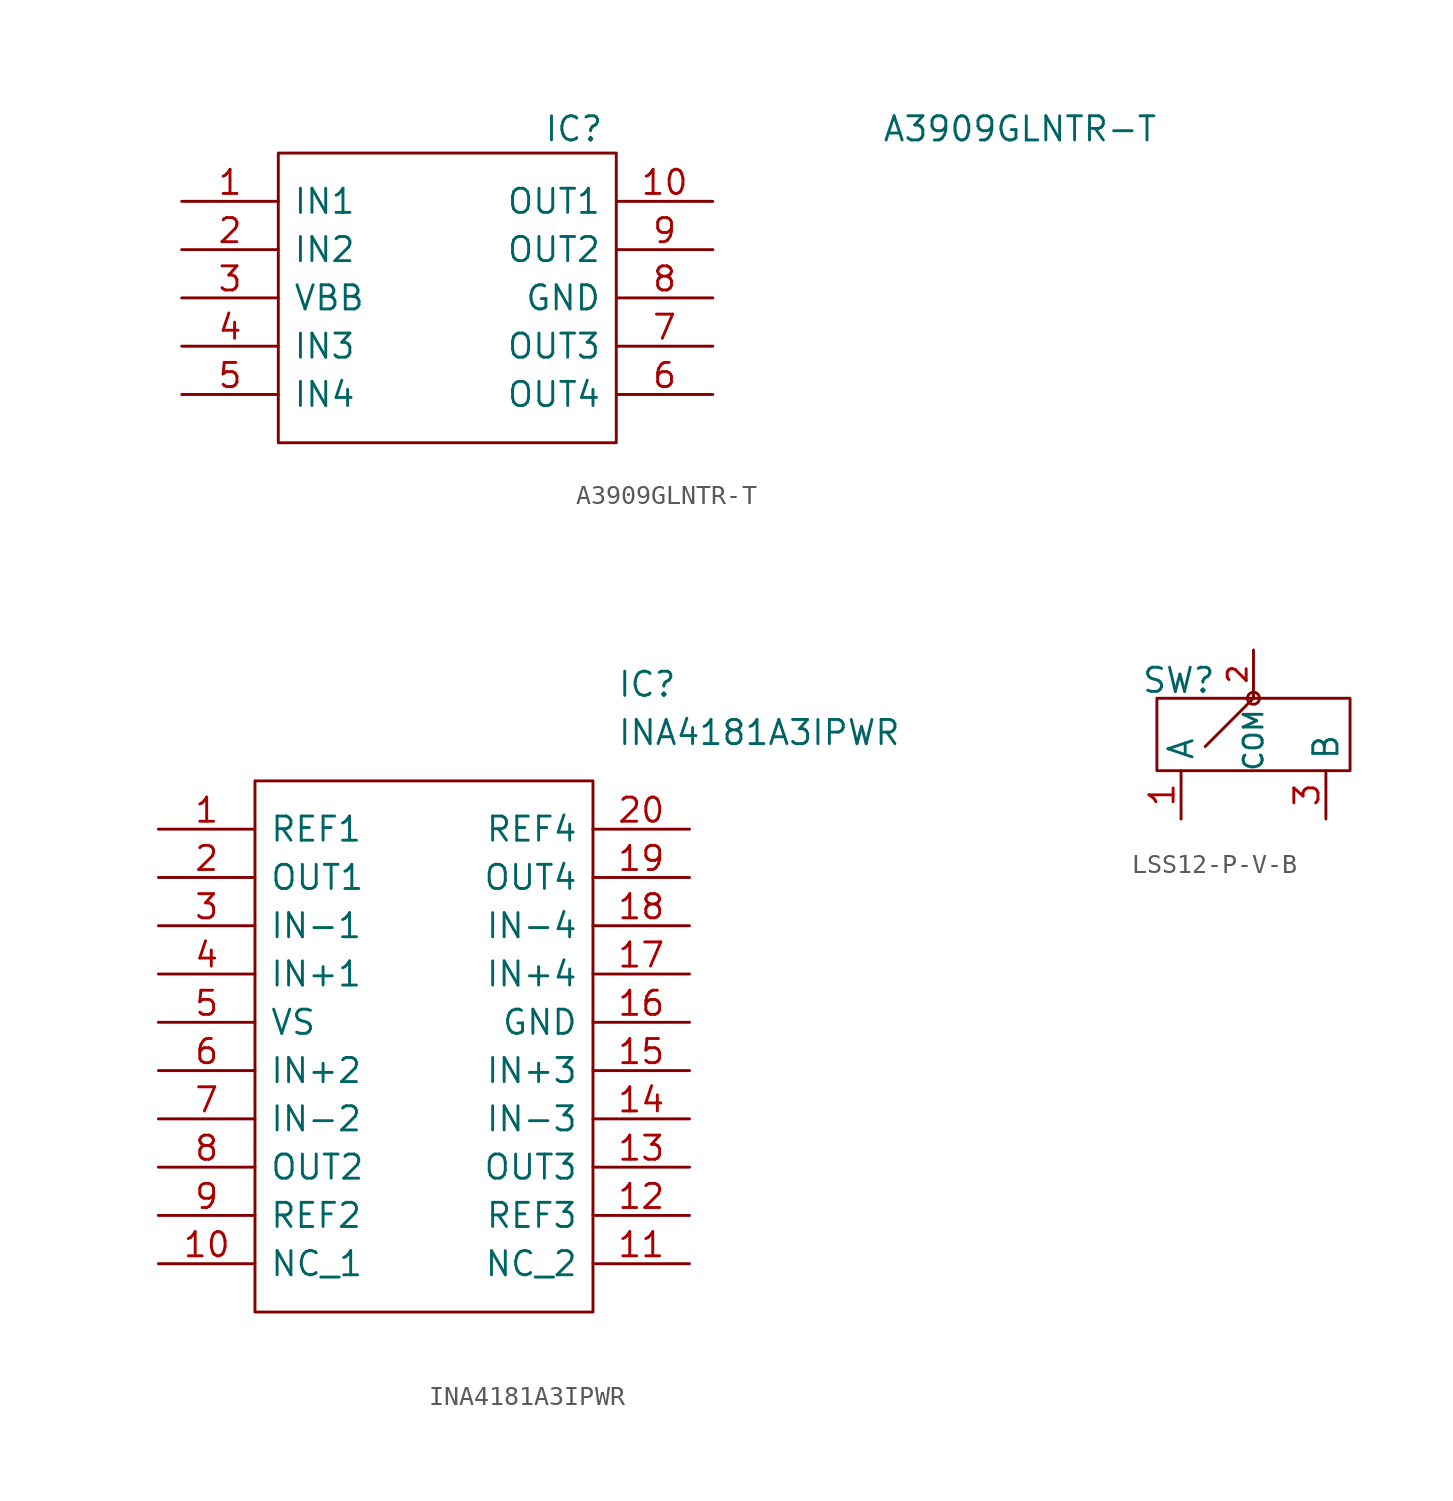
<source format=kicad_sym>
(kicad_symbol_lib
  (version 20220914)
  (generator kicad_symbol_editor)
  (symbol "A3909GLNTR-T"
    (pin_names
      (offset 0.762))
    (property "Reference" "IC"
      (at 19.05 3.81 0)
      (effects (font (size 1.27 1.27)) (justify left)))
    (property "Value" "A3909GLNTR-T"
      (at 36.83 3.81 0)
      (effects (font (size 1.27 1.27)) (justify left)))
    (symbol "A3909GLNTR-T_0_0"
      (pin passive line (at 0 0 0) (length 5.08) (name "IN1" (effects (font (size 1.27 1.27)))) (number "1" (effects (font (size 1.27 1.27)))))
      (pin passive line (at 27.94 0 180) (length 5.08) (name "OUT1" (effects (font (size 1.27 1.27)))) (number "10" (effects (font (size 1.27 1.27)))))
      (pin passive line (at 0 -2.54 0) (length 5.08) (name "IN2" (effects (font (size 1.27 1.27)))) (number "2" (effects (font (size 1.27 1.27)))))
      (pin passive line (at 0 -5.08 0) (length 5.08) (name "VBB" (effects (font (size 1.27 1.27)))) (number "3" (effects (font (size 1.27 1.27)))))
      (pin passive line (at 0 -7.62 0) (length 5.08) (name "IN3" (effects (font (size 1.27 1.27)))) (number "4" (effects (font (size 1.27 1.27)))))
      (pin passive line (at 0 -10.16 0) (length 5.08) (name "IN4" (effects (font (size 1.27 1.27)))) (number "5" (effects (font (size 1.27 1.27)))))
      (pin passive line (at 27.94 -10.16 180) (length 5.08) (name "OUT4" (effects (font (size 1.27 1.27)))) (number "6" (effects (font (size 1.27 1.27)))))
      (pin passive line (at 27.94 -7.62 180) (length 5.08) (name "OUT3" (effects (font (size 1.27 1.27)))) (number "7" (effects (font (size 1.27 1.27)))))
      (pin passive line (at 27.94 -5.08 180) (length 5.08) (name "GND" (effects (font (size 1.27 1.27)))) (number "8" (effects (font (size 1.27 1.27)))))
      (pin passive line (at 27.94 -2.54 180) (length 5.08) (name "OUT2" (effects (font (size 1.27 1.27)))) (number "9" (effects (font (size 1.27 1.27))))))
    (symbol "A3909GLNTR-T_0_1"
      (polyline (pts (xy 5.08 2.54) (xy 22.86 2.54) (xy 22.86 -12.7) (xy 5.08 -12.7) (xy 5.08 2.54)) (stroke (width 0.152) (type solid)) (fill (type none)))))
  (symbol "INA4181A3IPWR"
    (pin_names
      (offset 0.762))
    (property "Reference" "IC"
      (at 24.13 7.62 0)
      (effects (font (size 1.27 1.27)) (justify left)))
    (property "Value" "INA4181A3IPWR"
      (at 24.13 5.08 0)
      (effects (font (size 1.27 1.27)) (justify left)))
    (symbol "INA4181A3IPWR_0_0"
      (pin input line (at 0 0 0) (length 5.08) (name "REF1" (effects (font (size 1.27 1.27)))) (number "1" (effects (font (size 1.27 1.27)))))
      (pin passive line (at 0 -22.86 0) (length 5.08) (name "NC_1" (effects (font (size 1.27 1.27)))) (number "10" (effects (font (size 1.27 1.27)))))
      (pin passive line (at 27.94 -22.86 180) (length 5.08) (name "NC_2" (effects (font (size 1.27 1.27)))) (number "11" (effects (font (size 1.27 1.27)))))
      (pin input line (at 27.94 -20.32 180) (length 5.08) (name "REF3" (effects (font (size 1.27 1.27)))) (number "12" (effects (font (size 1.27 1.27)))))
      (pin output line (at 27.94 -17.78 180) (length 5.08) (name "OUT3" (effects (font (size 1.27 1.27)))) (number "13" (effects (font (size 1.27 1.27)))))
      (pin input line (at 27.94 -15.24 180) (length 5.08) (name "IN-3" (effects (font (size 1.27 1.27)))) (number "14" (effects (font (size 1.27 1.27)))))
      (pin input line (at 27.94 -12.7 180) (length 5.08) (name "IN+3" (effects (font (size 1.27 1.27)))) (number "15" (effects (font (size 1.27 1.27)))))
      (pin power_in line (at 27.94 -10.16 180) (length 5.08) (name "GND" (effects (font (size 1.27 1.27)))) (number "16" (effects (font (size 1.27 1.27)))))
      (pin input line (at 27.94 -7.62 180) (length 5.08) (name "IN+4" (effects (font (size 1.27 1.27)))) (number "17" (effects (font (size 1.27 1.27)))))
      (pin input line (at 27.94 -5.08 180) (length 5.08) (name "IN-4" (effects (font (size 1.27 1.27)))) (number "18" (effects (font (size 1.27 1.27)))))
      (pin output line (at 27.94 -2.54 180) (length 5.08) (name "OUT4" (effects (font (size 1.27 1.27)))) (number "19" (effects (font (size 1.27 1.27)))))
      (pin output line (at 0 -2.54 0) (length 5.08) (name "OUT1" (effects (font (size 1.27 1.27)))) (number "2" (effects (font (size 1.27 1.27)))))
      (pin input line (at 27.94 0 180) (length 5.08) (name "REF4" (effects (font (size 1.27 1.27)))) (number "20" (effects (font (size 1.27 1.27)))))
      (pin input line (at 0 -5.08 0) (length 5.08) (name "IN-1" (effects (font (size 1.27 1.27)))) (number "3" (effects (font (size 1.27 1.27)))))
      (pin input line (at 0 -7.62 0) (length 5.08) (name "IN+1" (effects (font (size 1.27 1.27)))) (number "4" (effects (font (size 1.27 1.27)))))
      (pin power_in line (at 0 -10.16 0) (length 5.08) (name "VS" (effects (font (size 1.27 1.27)))) (number "5" (effects (font (size 1.27 1.27)))))
      (pin input line (at 0 -12.7 0) (length 5.08) (name "IN+2" (effects (font (size 1.27 1.27)))) (number "6" (effects (font (size 1.27 1.27)))))
      (pin input line (at 0 -15.24 0) (length 5.08) (name "IN-2" (effects (font (size 1.27 1.27)))) (number "7" (effects (font (size 1.27 1.27)))))
      (pin output line (at 0 -17.78 0) (length 5.08) (name "OUT2" (effects (font (size 1.27 1.27)))) (number "8" (effects (font (size 1.27 1.27)))))
      (pin input line (at 0 -20.32 0) (length 5.08) (name "REF2" (effects (font (size 1.27 1.27)))) (number "9" (effects (font (size 1.27 1.27))))))
    (symbol "INA4181A3IPWR_0_1"
      (polyline (pts (xy 5.08 2.54) (xy 22.86 2.54) (xy 22.86 -25.4) (xy 5.08 -25.4) (xy 5.08 2.54)) (stroke (width 0.152) (type solid)) (fill (type none)))))
  (symbol "LSS12-P-V-B"
    (property "Reference" "SW"
      (at -3.931 3.482 0)
      (effects (font (size 1.27 1.27))))
    (property "Value" ""
      (at -8.89 6.35 0)
      (effects (font (size 1.27 1.27))))
    (symbol "LSS12-P-V-B_0_1"
      (rectangle (start -5.08 2.54) (end 5.08 -1.27) (stroke (width 0) (type default)) (fill (type none)))
      (polyline (pts (xy 0 2.54) (xy -2.54 0)) (stroke (width 0) (type default)) (fill (type none)))
      (circle (center 0 2.54) (radius 0.316) (stroke (width 0) (type default)) (fill (type none))))
    (symbol "LSS12-P-V-B_1_1"
      (pin input line (at -3.81 -3.81 90) (length 2.54) (name "A" (effects (font (size 1.27 1.27)))) (number "1" (effects (font (size 1.27 1.27)))))
      (pin input line (at 0 5.08 270) (length 2.54) (name "COM" (effects (font (size 1 1)))) (number "2" (effects (font (size 1 1)))))
      (pin input line (at 3.81 -3.81 90) (length 2.54) (name "B" (effects (font (size 1.27 1.27)))) (number "3" (effects (font (size 1.27 1.27))))))))
</source>
